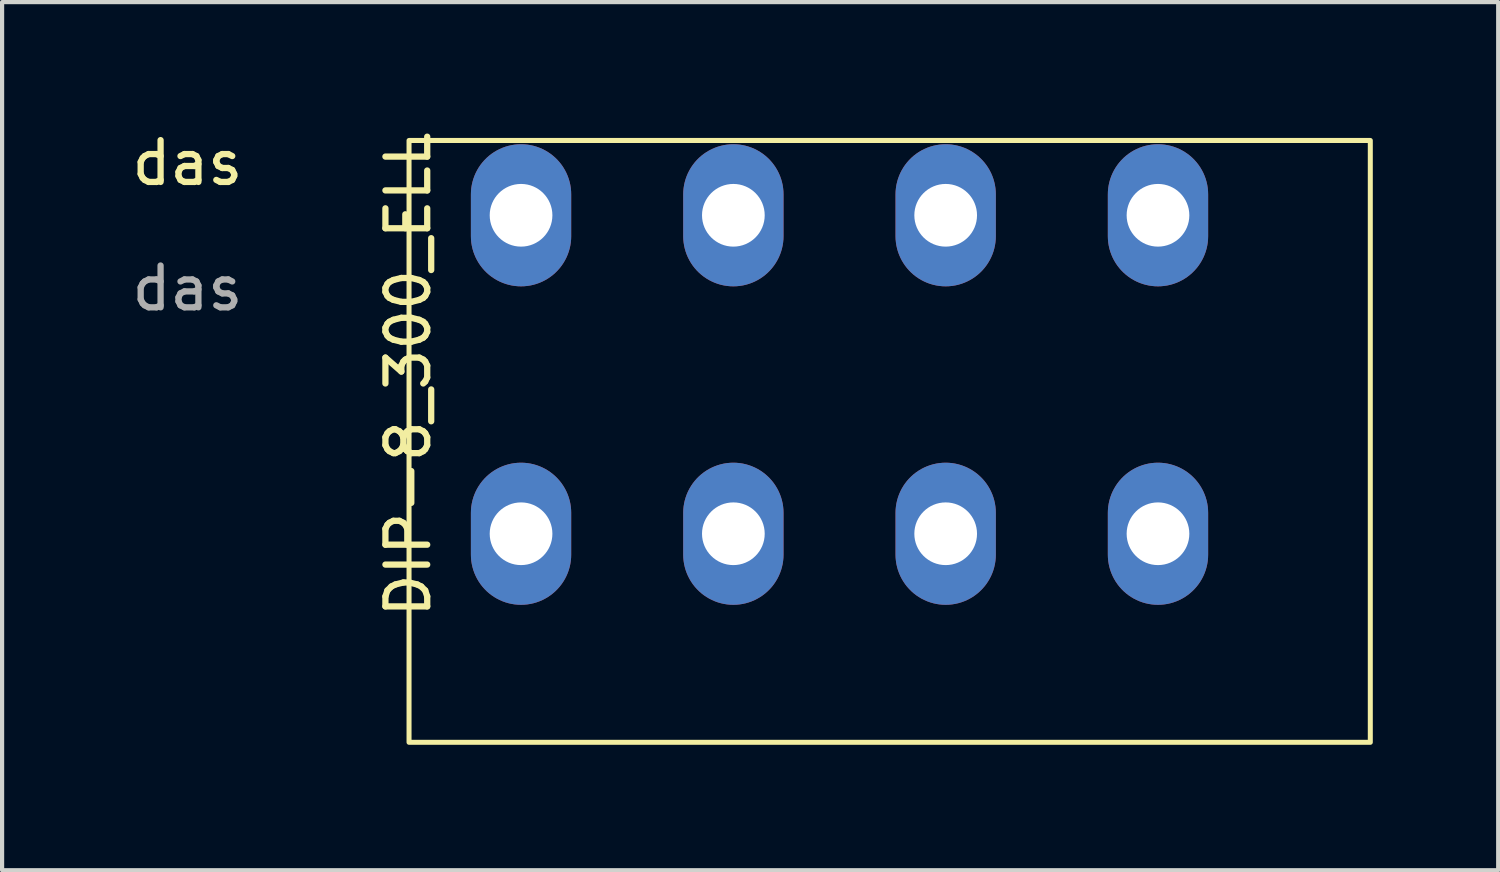
<source format=kicad_pcb>
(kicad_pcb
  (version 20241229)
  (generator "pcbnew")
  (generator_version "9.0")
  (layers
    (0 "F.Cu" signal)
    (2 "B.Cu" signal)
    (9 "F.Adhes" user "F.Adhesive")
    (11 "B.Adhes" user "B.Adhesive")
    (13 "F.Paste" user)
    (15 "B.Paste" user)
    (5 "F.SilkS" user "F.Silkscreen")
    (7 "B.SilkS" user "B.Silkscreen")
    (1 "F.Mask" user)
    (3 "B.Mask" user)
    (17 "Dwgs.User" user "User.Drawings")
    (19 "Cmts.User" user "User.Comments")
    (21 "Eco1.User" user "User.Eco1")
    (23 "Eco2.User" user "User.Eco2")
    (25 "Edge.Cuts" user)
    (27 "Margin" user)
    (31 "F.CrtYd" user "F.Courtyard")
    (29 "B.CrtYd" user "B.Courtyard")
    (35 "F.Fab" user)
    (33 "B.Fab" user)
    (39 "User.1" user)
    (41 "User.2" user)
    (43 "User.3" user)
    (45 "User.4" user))
  (footprint "das"
    (layer "F.Cu")
    (at 1.435 1.348)
    (property "Reference" "das" (at 0 -0.5 0) (unlocked yes) (layer "F.SilkS") (effects (font (size 1 1) (thickness 0.15))))
    (attr smd)
    (fp_text user "${REFERENCE}" (at 0 2.5 0) (unlocked yes) (layer "F.Fab") (effects (font (size 1 1) (thickness 0.15)))))
  (footprint "DIP-8_300_ELL"
    (layer "F.Cu")
    (at 17.037 5.911)
    (property "Reference" "DIP-8_300_ELL" (at -10.32 0 90) (layer "F.SilkS") (effects (font (size 1 1) (thickness 0.15))))
    (attr through_hole)
    (fp_rect (start -10.3 -5.6) (end 12.7 8.8) (stroke (width 0.12) (type default)) (fill no) (layer "F.SilkS"))
    (pad "1" thru_hole oval (at -7.62 -3.81) (size 2.4 3.4) (drill 1.5) (layers "*.Cu" "*.Mask"))
    (pad "1" thru_hole oval (at -7.62 3.81) (size 2.4 3.4) (drill 1.5) (layers "*.Cu" "*.Mask"))
    (pad "2" thru_hole oval (at -2.54 -3.81) (size 2.4 3.4) (drill 1.5) (layers "*.Cu" "*.Mask"))
    (pad "2" thru_hole oval (at -2.54 3.81) (size 2.4 3.4) (drill 1.5) (layers "*.Cu" "*.Mask"))
    (pad "3" thru_hole oval (at 2.54 -3.81) (size 2.4 3.4) (drill 1.5) (layers "*.Cu" "*.Mask"))
    (pad "3" thru_hole oval (at 2.54 3.81) (size 2.4 3.4) (drill 1.5) (layers "*.Cu" "*.Mask"))
    (pad "4" thru_hole oval (at 7.62 -3.81) (size 2.4 3.4) (drill 1.5) (layers "*.Cu" "*.Mask"))
    (pad "4" thru_hole oval (at 7.62 3.81) (size 2.4 3.4) (drill 1.5) (layers "*.Cu" "*.Mask")))
  (gr_rect
    (start -3 -3)
    (end 32.797 17.771)
    (stroke (width 0.1) (type default))
    (fill no)
    (layer "Edge.Cuts")))
</source>
